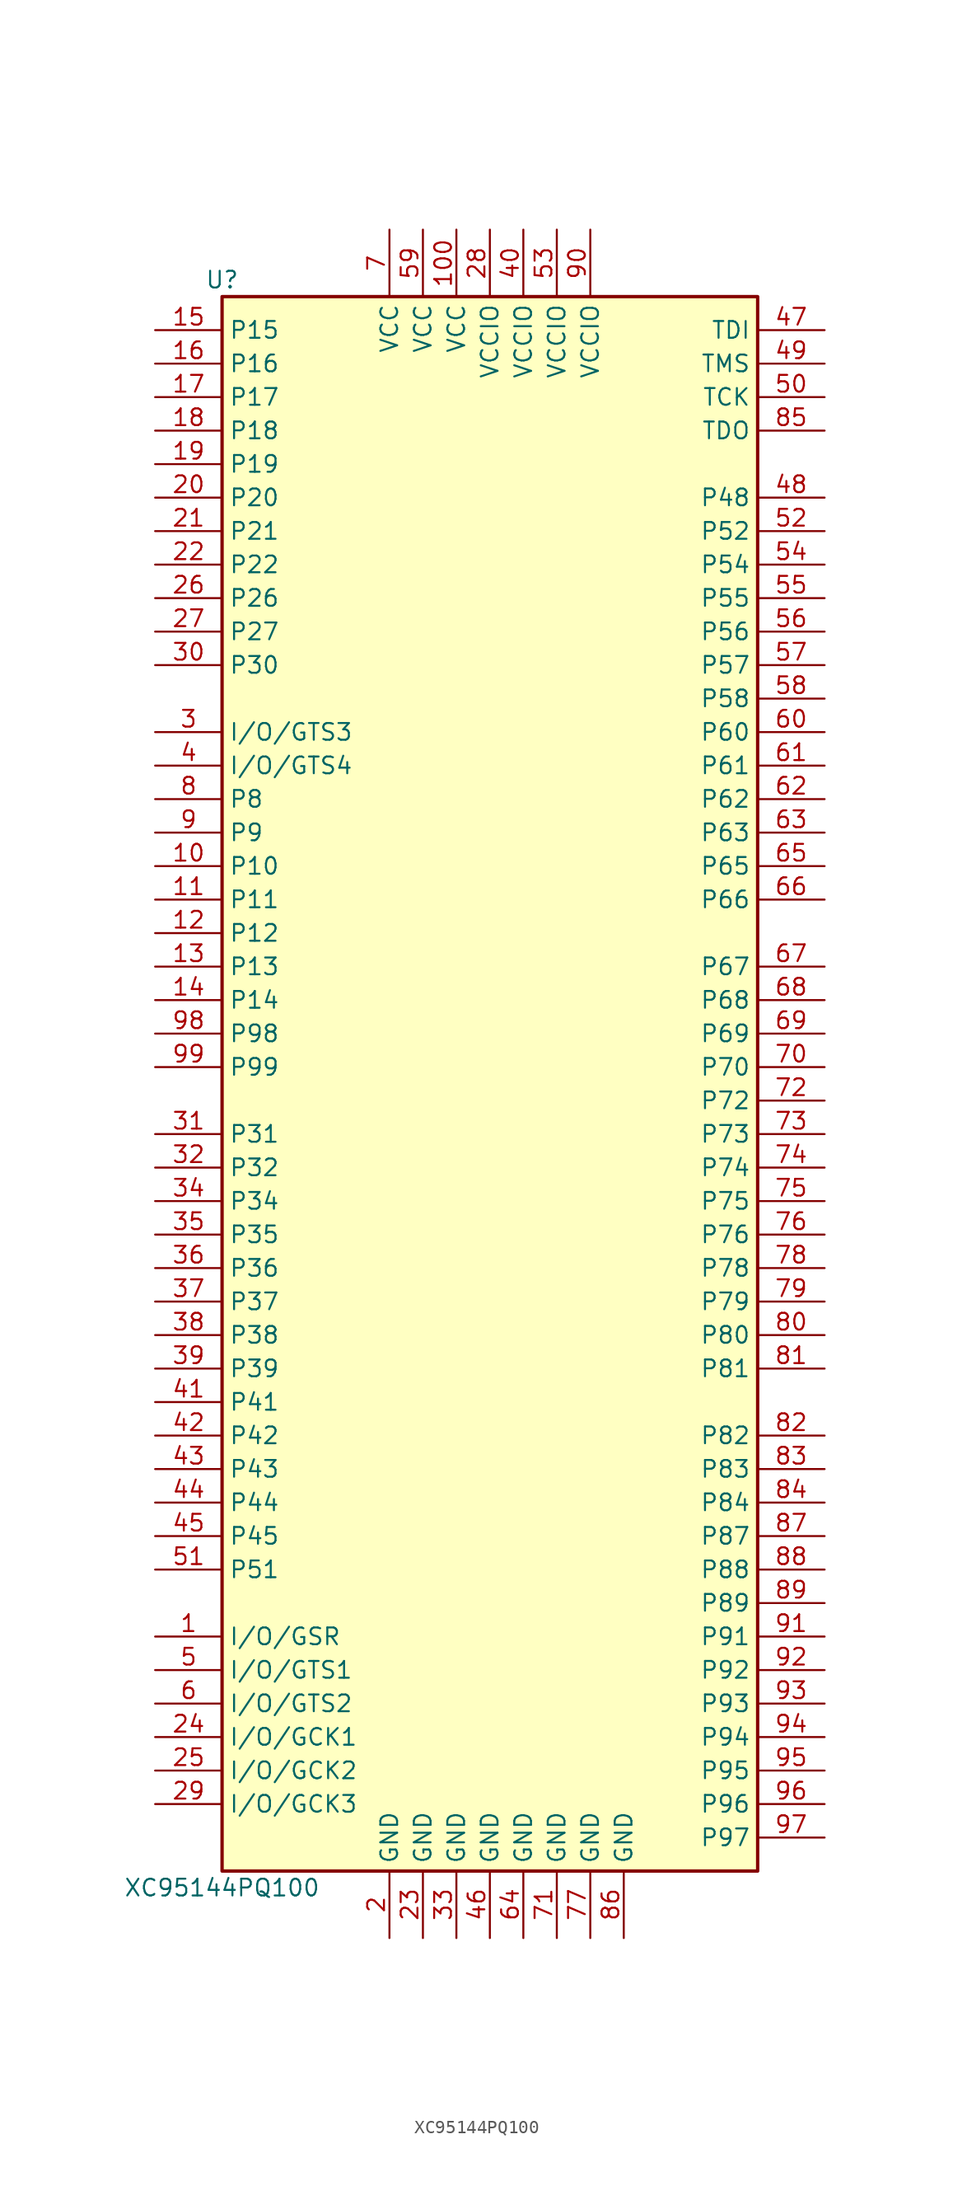
<source format=kicad_sym>
(kicad_symbol_lib
  (version 20241209)
  (generator "kicad_symbol_editor")
  (generator_version "9.0")
  (symbol "XC95144PQ100"
    (property "Reference" "U"
      (at -20.32 59.69 0)
      (effects (font (size 1.27 1.27))))
    (property "Value" "XC95144PQ100"
      (at -20.32 -62.23 0)
      (effects (font (size 1.27 1.27))))
    (symbol "XC95144PQ100_1_1"
      (rectangle (start -20.32 58.42) (end 20.32 -60.96) (stroke (width 0.254) (type default)) (fill (type background)))
      (pin bidirectional line (at -25.4 55.88 0) (length 5.08) (name "P15" (effects (font (size 1.27 1.27)))) (number "15" (effects (font (size 1.27 1.27)))))
      (pin bidirectional line (at -25.4 53.34 0) (length 5.08) (name "P16" (effects (font (size 1.27 1.27)))) (number "16" (effects (font (size 1.27 1.27)))))
      (pin bidirectional line (at -25.4 50.8 0) (length 5.08) (name "P17" (effects (font (size 1.27 1.27)))) (number "17" (effects (font (size 1.27 1.27)))))
      (pin bidirectional line (at -25.4 48.26 0) (length 5.08) (name "P18" (effects (font (size 1.27 1.27)))) (number "18" (effects (font (size 1.27 1.27)))))
      (pin bidirectional line (at -25.4 45.72 0) (length 5.08) (name "P19" (effects (font (size 1.27 1.27)))) (number "19" (effects (font (size 1.27 1.27)))))
      (pin bidirectional line (at -25.4 43.18 0) (length 5.08) (name "P20" (effects (font (size 1.27 1.27)))) (number "20" (effects (font (size 1.27 1.27)))))
      (pin bidirectional line (at -25.4 40.64 0) (length 5.08) (name "P21" (effects (font (size 1.27 1.27)))) (number "21" (effects (font (size 1.27 1.27)))))
      (pin bidirectional line (at -25.4 38.1 0) (length 5.08) (name "P22" (effects (font (size 1.27 1.27)))) (number "22" (effects (font (size 1.27 1.27)))))
      (pin bidirectional line (at -25.4 35.56 0) (length 5.08) (name "P26" (effects (font (size 1.27 1.27)))) (number "26" (effects (font (size 1.27 1.27)))))
      (pin bidirectional line (at -25.4 33.02 0) (length 5.08) (name "P27" (effects (font (size 1.27 1.27)))) (number "27" (effects (font (size 1.27 1.27)))))
      (pin bidirectional line (at -25.4 30.48 0) (length 5.08) (name "P30" (effects (font (size 1.27 1.27)))) (number "30" (effects (font (size 1.27 1.27)))))
      (pin bidirectional line (at -25.4 25.4 0) (length 5.08) (name "I/O/GTS3" (effects (font (size 1.27 1.27)))) (number "3" (effects (font (size 1.27 1.27)))))
      (pin bidirectional line (at -25.4 22.86 0) (length 5.08) (name "I/O/GTS4" (effects (font (size 1.27 1.27)))) (number "4" (effects (font (size 1.27 1.27)))))
      (pin bidirectional line (at -25.4 20.32 0) (length 5.08) (name "P8" (effects (font (size 1.27 1.27)))) (number "8" (effects (font (size 1.27 1.27)))))
      (pin bidirectional line (at -25.4 17.78 0) (length 5.08) (name "P9" (effects (font (size 1.27 1.27)))) (number "9" (effects (font (size 1.27 1.27)))))
      (pin bidirectional line (at -25.4 15.24 0) (length 5.08) (name "P10" (effects (font (size 1.27 1.27)))) (number "10" (effects (font (size 1.27 1.27)))))
      (pin bidirectional line (at -25.4 12.7 0) (length 5.08) (name "P11" (effects (font (size 1.27 1.27)))) (number "11" (effects (font (size 1.27 1.27)))))
      (pin bidirectional line (at -25.4 10.16 0) (length 5.08) (name "P12" (effects (font (size 1.27 1.27)))) (number "12" (effects (font (size 1.27 1.27)))))
      (pin bidirectional line (at -25.4 7.62 0) (length 5.08) (name "P13" (effects (font (size 1.27 1.27)))) (number "13" (effects (font (size 1.27 1.27)))))
      (pin bidirectional line (at -25.4 5.08 0) (length 5.08) (name "P14" (effects (font (size 1.27 1.27)))) (number "14" (effects (font (size 1.27 1.27)))))
      (pin bidirectional line (at -25.4 2.54 0) (length 5.08) (name "P98" (effects (font (size 1.27 1.27)))) (number "98" (effects (font (size 1.27 1.27)))))
      (pin bidirectional line (at -25.4 0 0) (length 5.08) (name "P99" (effects (font (size 1.27 1.27)))) (number "99" (effects (font (size 1.27 1.27)))))
      (pin bidirectional line (at -25.4 -5.08 0) (length 5.08) (name "P31" (effects (font (size 1.27 1.27)))) (number "31" (effects (font (size 1.27 1.27)))))
      (pin bidirectional line (at -25.4 -7.62 0) (length 5.08) (name "P32" (effects (font (size 1.27 1.27)))) (number "32" (effects (font (size 1.27 1.27)))))
      (pin bidirectional line (at -25.4 -10.16 0) (length 5.08) (name "P34" (effects (font (size 1.27 1.27)))) (number "34" (effects (font (size 1.27 1.27)))))
      (pin bidirectional line (at -25.4 -12.7 0) (length 5.08) (name "P35" (effects (font (size 1.27 1.27)))) (number "35" (effects (font (size 1.27 1.27)))))
      (pin bidirectional line (at -25.4 -15.24 0) (length 5.08) (name "P36" (effects (font (size 1.27 1.27)))) (number "36" (effects (font (size 1.27 1.27)))))
      (pin bidirectional line (at -25.4 -17.78 0) (length 5.08) (name "P37" (effects (font (size 1.27 1.27)))) (number "37" (effects (font (size 1.27 1.27)))))
      (pin bidirectional line (at -25.4 -20.32 0) (length 5.08) (name "P38" (effects (font (size 1.27 1.27)))) (number "38" (effects (font (size 1.27 1.27)))))
      (pin bidirectional line (at -25.4 -22.86 0) (length 5.08) (name "P39" (effects (font (size 1.27 1.27)))) (number "39" (effects (font (size 1.27 1.27)))))
      (pin bidirectional line (at -25.4 -25.4 0) (length 5.08) (name "P41" (effects (font (size 1.27 1.27)))) (number "41" (effects (font (size 1.27 1.27)))))
      (pin bidirectional line (at -25.4 -27.94 0) (length 5.08) (name "P42" (effects (font (size 1.27 1.27)))) (number "42" (effects (font (size 1.27 1.27)))))
      (pin bidirectional line (at -25.4 -30.48 0) (length 5.08) (name "P43" (effects (font (size 1.27 1.27)))) (number "43" (effects (font (size 1.27 1.27)))))
      (pin bidirectional line (at -25.4 -33.02 0) (length 5.08) (name "P44" (effects (font (size 1.27 1.27)))) (number "44" (effects (font (size 1.27 1.27)))))
      (pin bidirectional line (at -25.4 -35.56 0) (length 5.08) (name "P45" (effects (font (size 1.27 1.27)))) (number "45" (effects (font (size 1.27 1.27)))))
      (pin bidirectional line (at -25.4 -38.1 0) (length 5.08) (name "P51" (effects (font (size 1.27 1.27)))) (number "51" (effects (font (size 1.27 1.27)))))
      (pin bidirectional line (at -25.4 -43.18 0) (length 5.08) (name "I/O/GSR" (effects (font (size 1.27 1.27)))) (number "1" (effects (font (size 1.27 1.27)))))
      (pin bidirectional line (at -25.4 -45.72 0) (length 5.08) (name "I/O/GTS1" (effects (font (size 1.27 1.27)))) (number "5" (effects (font (size 1.27 1.27)))))
      (pin bidirectional line (at -25.4 -48.26 0) (length 5.08) (name "I/O/GTS2" (effects (font (size 1.27 1.27)))) (number "6" (effects (font (size 1.27 1.27)))))
      (pin bidirectional line (at -25.4 -50.8 0) (length 5.08) (name "I/O/GCK1" (effects (font (size 1.27 1.27)))) (number "24" (effects (font (size 1.27 1.27)))))
      (pin bidirectional line (at -25.4 -53.34 0) (length 5.08) (name "I/O/GCK2" (effects (font (size 1.27 1.27)))) (number "25" (effects (font (size 1.27 1.27)))))
      (pin bidirectional line (at -25.4 -55.88 0) (length 5.08) (name "I/O/GCK3" (effects (font (size 1.27 1.27)))) (number "29" (effects (font (size 1.27 1.27)))))
      (pin power_in line (at -7.62 63.5 270) (length 5.08) (name "VCC" (effects (font (size 1.27 1.27)))) (number "7" (effects (font (size 1.27 1.27)))))
      (pin power_in line (at -7.62 -66.04 90) (length 5.08) (name "GND" (effects (font (size 1.27 1.27)))) (number "2" (effects (font (size 1.27 1.27)))))
      (pin power_in line (at -5.08 63.5 270) (length 5.08) (name "VCC" (effects (font (size 1.27 1.27)))) (number "59" (effects (font (size 1.27 1.27)))))
      (pin power_in line (at -5.08 -66.04 90) (length 5.08) (name "GND" (effects (font (size 1.27 1.27)))) (number "23" (effects (font (size 1.27 1.27)))))
      (pin power_in line (at -2.54 63.5 270) (length 5.08) (name "VCC" (effects (font (size 1.27 1.27)))) (number "100" (effects (font (size 1.27 1.27)))))
      (pin power_in line (at -2.54 -66.04 90) (length 5.08) (name "GND" (effects (font (size 1.27 1.27)))) (number "33" (effects (font (size 1.27 1.27)))))
      (pin power_in line (at 0 63.5 270) (length 5.08) (name "VCCIO" (effects (font (size 1.27 1.27)))) (number "28" (effects (font (size 1.27 1.27)))))
      (pin power_in line (at 0 -66.04 90) (length 5.08) (name "GND" (effects (font (size 1.27 1.27)))) (number "46" (effects (font (size 1.27 1.27)))))
      (pin power_in line (at 2.54 63.5 270) (length 5.08) (name "VCCIO" (effects (font (size 1.27 1.27)))) (number "40" (effects (font (size 1.27 1.27)))))
      (pin power_in line (at 2.54 -66.04 90) (length 5.08) (name "GND" (effects (font (size 1.27 1.27)))) (number "64" (effects (font (size 1.27 1.27)))))
      (pin power_in line (at 5.08 63.5 270) (length 5.08) (name "VCCIO" (effects (font (size 1.27 1.27)))) (number "53" (effects (font (size 1.27 1.27)))))
      (pin power_in line (at 5.08 -66.04 90) (length 5.08) (name "GND" (effects (font (size 1.27 1.27)))) (number "71" (effects (font (size 1.27 1.27)))))
      (pin power_in line (at 7.62 63.5 270) (length 5.08) (name "VCCIO" (effects (font (size 1.27 1.27)))) (number "90" (effects (font (size 1.27 1.27)))))
      (pin power_in line (at 7.62 -66.04 90) (length 5.08) (name "GND" (effects (font (size 1.27 1.27)))) (number "77" (effects (font (size 1.27 1.27)))))
      (pin power_in line (at 10.16 -66.04 90) (length 5.08) (name "GND" (effects (font (size 1.27 1.27)))) (number "86" (effects (font (size 1.27 1.27)))))
      (pin input line (at 25.4 55.88 180) (length 5.08) (name "TDI" (effects (font (size 1.27 1.27)))) (number "47" (effects (font (size 1.27 1.27)))))
      (pin input line (at 25.4 53.34 180) (length 5.08) (name "TMS" (effects (font (size 1.27 1.27)))) (number "49" (effects (font (size 1.27 1.27)))))
      (pin input line (at 25.4 50.8 180) (length 5.08) (name "TCK" (effects (font (size 1.27 1.27)))) (number "50" (effects (font (size 1.27 1.27)))))
      (pin output line (at 25.4 48.26 180) (length 5.08) (name "TDO" (effects (font (size 1.27 1.27)))) (number "85" (effects (font (size 1.27 1.27)))))
      (pin bidirectional line (at 25.4 43.18 180) (length 5.08) (name "P48" (effects (font (size 1.27 1.27)))) (number "48" (effects (font (size 1.27 1.27)))))
      (pin bidirectional line (at 25.4 40.64 180) (length 5.08) (name "P52" (effects (font (size 1.27 1.27)))) (number "52" (effects (font (size 1.27 1.27)))))
      (pin bidirectional line (at 25.4 38.1 180) (length 5.08) (name "P54" (effects (font (size 1.27 1.27)))) (number "54" (effects (font (size 1.27 1.27)))))
      (pin bidirectional line (at 25.4 35.56 180) (length 5.08) (name "P55" (effects (font (size 1.27 1.27)))) (number "55" (effects (font (size 1.27 1.27)))))
      (pin bidirectional line (at 25.4 33.02 180) (length 5.08) (name "P56" (effects (font (size 1.27 1.27)))) (number "56" (effects (font (size 1.27 1.27)))))
      (pin bidirectional line (at 25.4 30.48 180) (length 5.08) (name "P57" (effects (font (size 1.27 1.27)))) (number "57" (effects (font (size 1.27 1.27)))))
      (pin bidirectional line (at 25.4 27.94 180) (length 5.08) (name "P58" (effects (font (size 1.27 1.27)))) (number "58" (effects (font (size 1.27 1.27)))))
      (pin bidirectional line (at 25.4 25.4 180) (length 5.08) (name "P60" (effects (font (size 1.27 1.27)))) (number "60" (effects (font (size 1.27 1.27)))))
      (pin bidirectional line (at 25.4 22.86 180) (length 5.08) (name "P61" (effects (font (size 1.27 1.27)))) (number "61" (effects (font (size 1.27 1.27)))))
      (pin bidirectional line (at 25.4 20.32 180) (length 5.08) (name "P62" (effects (font (size 1.27 1.27)))) (number "62" (effects (font (size 1.27 1.27)))))
      (pin bidirectional line (at 25.4 17.78 180) (length 5.08) (name "P63" (effects (font (size 1.27 1.27)))) (number "63" (effects (font (size 1.27 1.27)))))
      (pin bidirectional line (at 25.4 15.24 180) (length 5.08) (name "P65" (effects (font (size 1.27 1.27)))) (number "65" (effects (font (size 1.27 1.27)))))
      (pin bidirectional line (at 25.4 12.7 180) (length 5.08) (name "P66" (effects (font (size 1.27 1.27)))) (number "66" (effects (font (size 1.27 1.27)))))
      (pin bidirectional line (at 25.4 7.62 180) (length 5.08) (name "P67" (effects (font (size 1.27 1.27)))) (number "67" (effects (font (size 1.27 1.27)))))
      (pin bidirectional line (at 25.4 5.08 180) (length 5.08) (name "P68" (effects (font (size 1.27 1.27)))) (number "68" (effects (font (size 1.27 1.27)))))
      (pin bidirectional line (at 25.4 2.54 180) (length 5.08) (name "P69" (effects (font (size 1.27 1.27)))) (number "69" (effects (font (size 1.27 1.27)))))
      (pin bidirectional line (at 25.4 0 180) (length 5.08) (name "P70" (effects (font (size 1.27 1.27)))) (number "70" (effects (font (size 1.27 1.27)))))
      (pin bidirectional line (at 25.4 -2.54 180) (length 5.08) (name "P72" (effects (font (size 1.27 1.27)))) (number "72" (effects (font (size 1.27 1.27)))))
      (pin bidirectional line (at 25.4 -5.08 180) (length 5.08) (name "P73" (effects (font (size 1.27 1.27)))) (number "73" (effects (font (size 1.27 1.27)))))
      (pin bidirectional line (at 25.4 -7.62 180) (length 5.08) (name "P74" (effects (font (size 1.27 1.27)))) (number "74" (effects (font (size 1.27 1.27)))))
      (pin bidirectional line (at 25.4 -10.16 180) (length 5.08) (name "P75" (effects (font (size 1.27 1.27)))) (number "75" (effects (font (size 1.27 1.27)))))
      (pin bidirectional line (at 25.4 -12.7 180) (length 5.08) (name "P76" (effects (font (size 1.27 1.27)))) (number "76" (effects (font (size 1.27 1.27)))))
      (pin bidirectional line (at 25.4 -15.24 180) (length 5.08) (name "P78" (effects (font (size 1.27 1.27)))) (number "78" (effects (font (size 1.27 1.27)))))
      (pin bidirectional line (at 25.4 -17.78 180) (length 5.08) (name "P79" (effects (font (size 1.27 1.27)))) (number "79" (effects (font (size 1.27 1.27)))))
      (pin bidirectional line (at 25.4 -20.32 180) (length 5.08) (name "P80" (effects (font (size 1.27 1.27)))) (number "80" (effects (font (size 1.27 1.27)))))
      (pin bidirectional line (at 25.4 -22.86 180) (length 5.08) (name "P81" (effects (font (size 1.27 1.27)))) (number "81" (effects (font (size 1.27 1.27)))))
      (pin bidirectional line (at 25.4 -27.94 180) (length 5.08) (name "P82" (effects (font (size 1.27 1.27)))) (number "82" (effects (font (size 1.27 1.27)))))
      (pin bidirectional line (at 25.4 -30.48 180) (length 5.08) (name "P83" (effects (font (size 1.27 1.27)))) (number "83" (effects (font (size 1.27 1.27)))))
      (pin bidirectional line (at 25.4 -33.02 180) (length 5.08) (name "P84" (effects (font (size 1.27 1.27)))) (number "84" (effects (font (size 1.27 1.27)))))
      (pin bidirectional line (at 25.4 -35.56 180) (length 5.08) (name "P87" (effects (font (size 1.27 1.27)))) (number "87" (effects (font (size 1.27 1.27)))))
      (pin bidirectional line (at 25.4 -38.1 180) (length 5.08) (name "P88" (effects (font (size 1.27 1.27)))) (number "88" (effects (font (size 1.27 1.27)))))
      (pin bidirectional line (at 25.4 -40.64 180) (length 5.08) (name "P89" (effects (font (size 1.27 1.27)))) (number "89" (effects (font (size 1.27 1.27)))))
      (pin bidirectional line (at 25.4 -43.18 180) (length 5.08) (name "P91" (effects (font (size 1.27 1.27)))) (number "91" (effects (font (size 1.27 1.27)))))
      (pin bidirectional line (at 25.4 -45.72 180) (length 5.08) (name "P92" (effects (font (size 1.27 1.27)))) (number "92" (effects (font (size 1.27 1.27)))))
      (pin bidirectional line (at 25.4 -48.26 180) (length 5.08) (name "P93" (effects (font (size 1.27 1.27)))) (number "93" (effects (font (size 1.27 1.27)))))
      (pin bidirectional line (at 25.4 -50.8 180) (length 5.08) (name "P94" (effects (font (size 1.27 1.27)))) (number "94" (effects (font (size 1.27 1.27)))))
      (pin bidirectional line (at 25.4 -53.34 180) (length 5.08) (name "P95" (effects (font (size 1.27 1.27)))) (number "95" (effects (font (size 1.27 1.27)))))
      (pin bidirectional line (at 25.4 -55.88 180) (length 5.08) (name "P96" (effects (font (size 1.27 1.27)))) (number "96" (effects (font (size 1.27 1.27)))))
      (pin bidirectional line (at 25.4 -58.42 180) (length 5.08) (name "P97" (effects (font (size 1.27 1.27)))) (number "97" (effects (font (size 1.27 1.27))))))))
</source>
